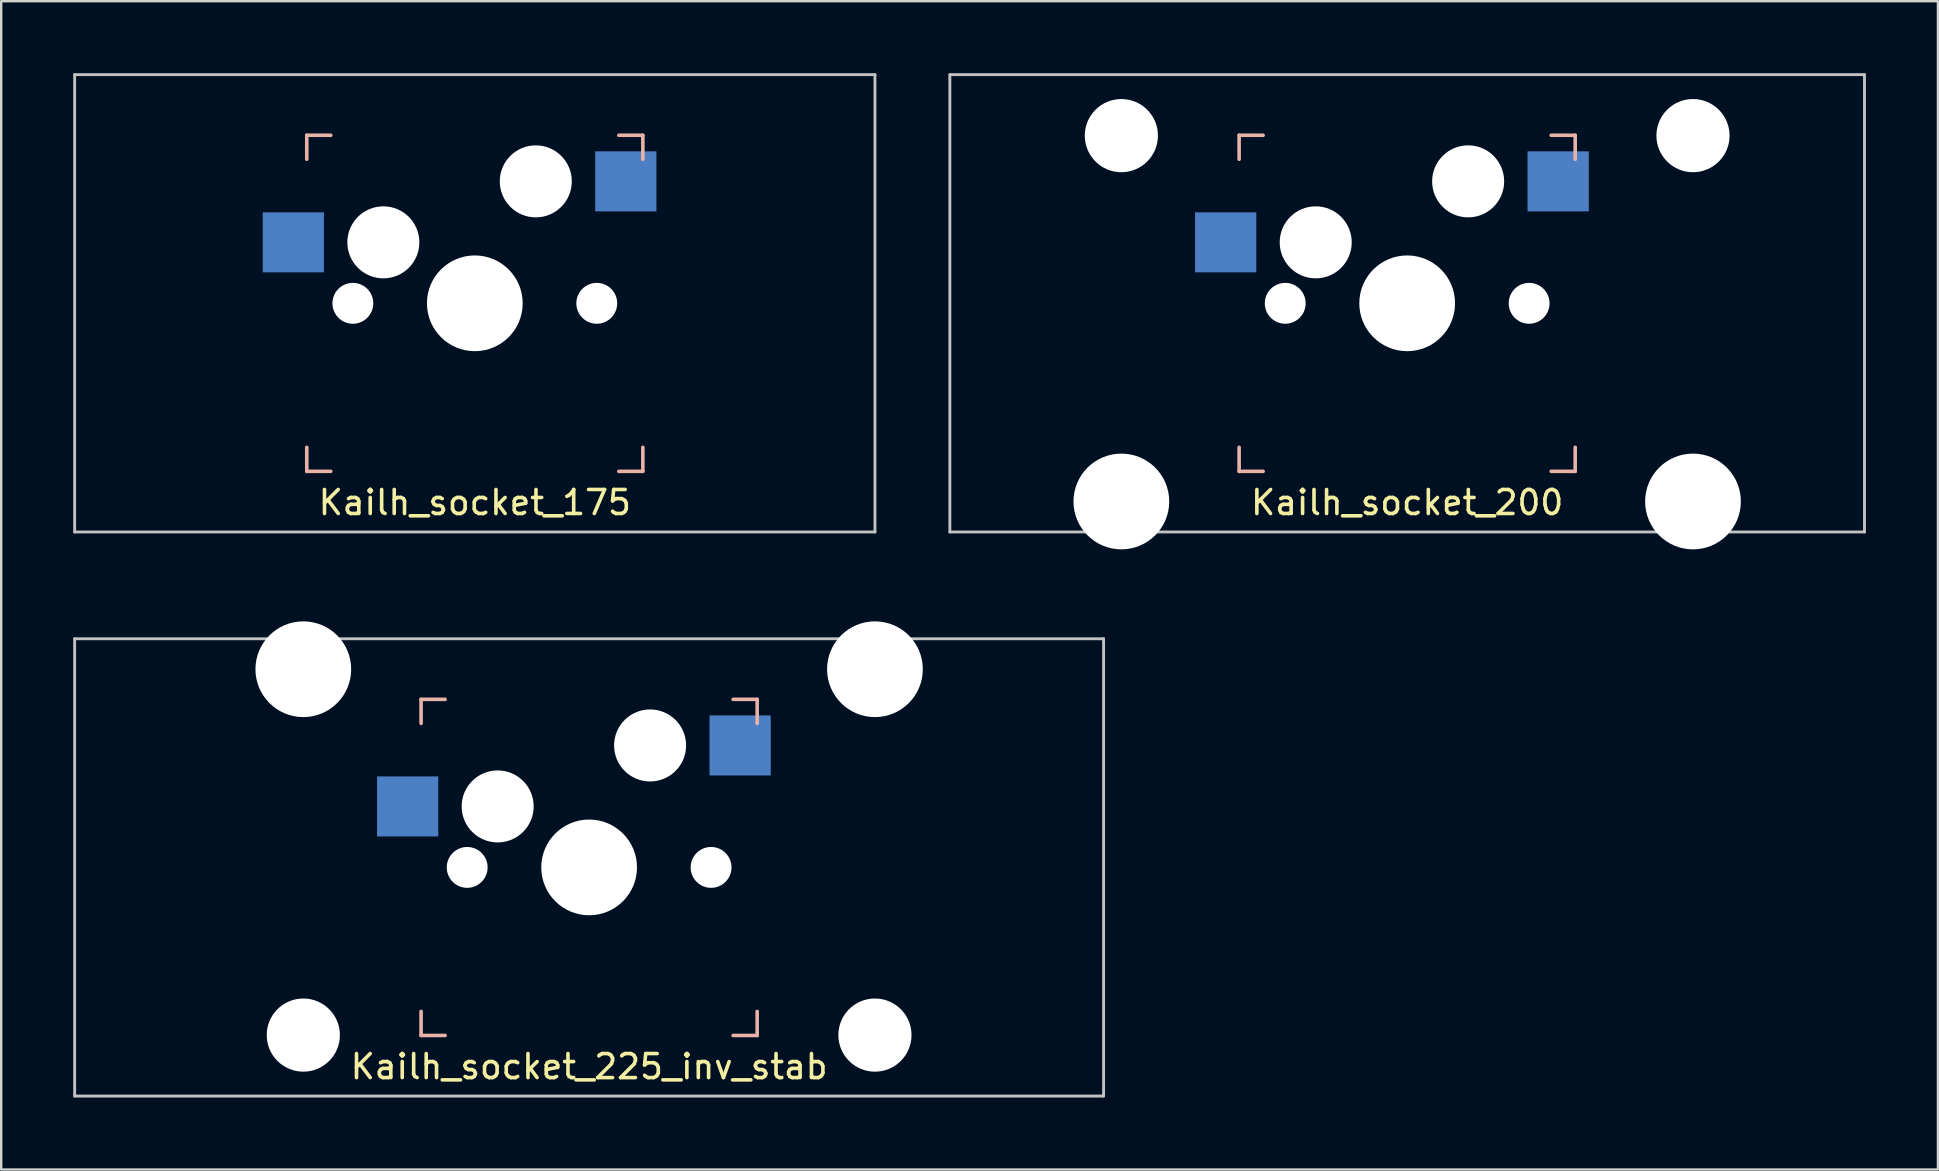
<source format=kicad_pcb>
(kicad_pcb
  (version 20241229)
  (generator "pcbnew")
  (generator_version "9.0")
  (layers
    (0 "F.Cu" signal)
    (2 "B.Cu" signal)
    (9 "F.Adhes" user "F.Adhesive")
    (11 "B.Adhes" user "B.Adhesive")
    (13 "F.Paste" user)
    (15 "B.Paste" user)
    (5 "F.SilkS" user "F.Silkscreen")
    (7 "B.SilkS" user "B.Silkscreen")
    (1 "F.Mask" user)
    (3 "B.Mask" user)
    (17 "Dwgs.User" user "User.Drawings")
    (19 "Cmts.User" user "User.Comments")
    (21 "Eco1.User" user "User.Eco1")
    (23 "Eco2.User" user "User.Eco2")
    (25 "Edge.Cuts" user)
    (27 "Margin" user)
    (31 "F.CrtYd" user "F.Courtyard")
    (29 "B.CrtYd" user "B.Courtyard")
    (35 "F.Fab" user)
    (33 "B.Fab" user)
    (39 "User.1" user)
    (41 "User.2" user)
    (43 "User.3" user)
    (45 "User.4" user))
  (footprint "Kailh_socket_200"
    (layer "F.Cu")
    (at 55.568 9.585)
    (property "Reference" "Kailh_socket_200" (at 0 8.3 0) (layer "F.SilkS") (effects (font (size 1 1) (thickness 0.15))))
    (attr through_hole)
    (fp_line (start -7 -7) (end -6 -7) (stroke (width 0.15) (type solid)) (layer "B.SilkS"))
    (fp_line (start -7 -6) (end -7 -7) (stroke (width 0.15) (type solid)) (layer "B.SilkS"))
    (fp_line (start -7 7) (end -7 6) (stroke (width 0.15) (type solid)) (layer "B.SilkS"))
    (fp_line (start -6 7) (end -7 7) (stroke (width 0.15) (type solid)) (layer "B.SilkS"))
    (fp_line (start 6 -7) (end 7 -7) (stroke (width 0.15) (type solid)) (layer "B.SilkS"))
    (fp_line (start 7 -7) (end 7 -6) (stroke (width 0.15) (type solid)) (layer "B.SilkS"))
    (fp_line (start 7 6) (end 7 7) (stroke (width 0.15) (type solid)) (layer "B.SilkS"))
    (fp_line (start 7 7) (end 6 7) (stroke (width 0.15) (type solid)) (layer "B.SilkS"))
    (fp_line (start -19.05 -9.525) (end -19.05 9.525) (stroke (width 0.12) (type solid)) (layer "Dwgs.User"))
    (fp_line (start -19.05 -9.525) (end 19.05 -9.525) (stroke (width 0.12) (type solid)) (layer "Dwgs.User"))
    (fp_line (start 19.05 -9.525) (end 19.05 9.525) (stroke (width 0.12) (type solid)) (layer "Dwgs.User"))
    (fp_line (start 19.05 9.525) (end -19.05 9.525) (stroke (width 0.12) (type solid)) (layer "Dwgs.User"))
    (fp_line (start -7.5 -7.5) (end 7.5 -7.5) (stroke (width 0.15) (type solid)) (layer "Eco2.User"))
    (fp_line (start -7.5 7.5) (end -7.5 -7.5) (stroke (width 0.15) (type solid)) (layer "Eco2.User"))
    (fp_line (start -6.9 6.9) (end -6.9 -6.9) (stroke (width 0.15) (type solid)) (layer "Eco2.User"))
    (fp_line (start -6.9 6.9) (end 6.9 6.9) (stroke (width 0.15) (type solid)) (layer "Eco2.User"))
    (fp_line (start 6.9 -6.9) (end -6.9 -6.9) (stroke (width 0.15) (type solid)) (layer "Eco2.User"))
    (fp_line (start 6.9 -6.9) (end 6.9 6.9) (stroke (width 0.15) (type solid)) (layer "Eco2.User"))
    (fp_line (start 7.5 -7.5) (end 7.5 7.5) (stroke (width 0.15) (type solid)) (layer "Eco2.User"))
    (fp_line (start 7.5 7.5) (end -7.5 7.5) (stroke (width 0.15) (type solid)) (layer "Eco2.User"))
    (pad "" np_thru_hole circle (at -11.906 -6.985) (size 3.048 3.048) (drill 3.048) (layers "*.Cu" "*.Mask"))
    (pad "" np_thru_hole circle (at -11.906 8.255) (size 3.988 3.988) (drill 3.988) (layers "*.Cu" "*.Mask"))
    (pad "" np_thru_hole circle (at -5.08 0) (size 1.702 1.702) (drill 1.702) (layers "*.Cu" "*.Mask"))
    (pad "" np_thru_hole circle (at -3.81 -2.54) (size 3 3) (drill 3) (layers "*.Cu" "*.Mask"))
    (pad "" np_thru_hole circle (at 0 0) (size 3.988 3.988) (drill 3.988) (layers "*.Cu" "*.Mask"))
    (pad "" np_thru_hole circle (at 2.54 -5.08) (size 3 3) (drill 3) (layers "*.Cu" "*.Mask"))
    (pad "" np_thru_hole circle (at 5.08 0) (size 1.702 1.702) (drill 1.702) (layers "*.Cu" "*.Mask"))
    (pad "" np_thru_hole circle (at 11.906 -6.985) (size 3.048 3.048) (drill 3.048) (layers "*.Cu" "*.Mask"))
    (pad "" np_thru_hole circle (at 11.906 8.255) (size 3.988 3.988) (drill 3.988) (layers "*.Cu" "*.Mask"))
    (pad "1" smd rect (at 6.29 -5.08) (size 2.55 2.5) (layers "B.Cu" "B.Mask" "B.Paste"))
    (pad "2" smd rect (at -7.56 -2.54) (size 2.55 2.5) (layers "B.Cu" "B.Mask" "B.Paste")))
  (footprint "Kailh_socket_225_inv_stab"
    (layer "F.Cu")
    (at 21.491 33.083)
    (property "Reference" "Kailh_socket_225_inv_stab" (at 0 8.3 0) (layer "F.SilkS") (effects (font (size 1 1) (thickness 0.15))))
    (attr through_hole)
    (fp_line (start -7 -7) (end -6 -7) (stroke (width 0.15) (type solid)) (layer "B.SilkS"))
    (fp_line (start -7 -6) (end -7 -7) (stroke (width 0.15) (type solid)) (layer "B.SilkS"))
    (fp_line (start -7 7) (end -7 6) (stroke (width 0.15) (type solid)) (layer "B.SilkS"))
    (fp_line (start -6 7) (end -7 7) (stroke (width 0.15) (type solid)) (layer "B.SilkS"))
    (fp_line (start 6 -7) (end 7 -7) (stroke (width 0.15) (type solid)) (layer "B.SilkS"))
    (fp_line (start 7 -7) (end 7 -6) (stroke (width 0.15) (type solid)) (layer "B.SilkS"))
    (fp_line (start 7 6) (end 7 7) (stroke (width 0.15) (type solid)) (layer "B.SilkS"))
    (fp_line (start 7 7) (end 6 7) (stroke (width 0.15) (type solid)) (layer "B.SilkS"))
    (fp_line (start -21.431 -9.525) (end -21.431 9.525) (stroke (width 0.12) (type solid)) (layer "Dwgs.User"))
    (fp_line (start -21.431 -9.525) (end 21.431 -9.525) (stroke (width 0.12) (type solid)) (layer "Dwgs.User"))
    (fp_line (start 21.431 -9.525) (end 21.431 9.525) (stroke (width 0.12) (type solid)) (layer "Dwgs.User"))
    (fp_line (start 21.431 9.525) (end -21.431 9.525) (stroke (width 0.12) (type solid)) (layer "Dwgs.User"))
    (fp_line (start -7.5 -7.5) (end 7.5 -7.5) (stroke (width 0.15) (type solid)) (layer "Eco2.User"))
    (fp_line (start -7.5 7.5) (end -7.5 -7.5) (stroke (width 0.15) (type solid)) (layer "Eco2.User"))
    (fp_line (start -6.9 6.9) (end -6.9 -6.9) (stroke (width 0.15) (type solid)) (layer "Eco2.User"))
    (fp_line (start -6.9 6.9) (end 6.9 6.9) (stroke (width 0.15) (type solid)) (layer "Eco2.User"))
    (fp_line (start 6.9 -6.9) (end -6.9 -6.9) (stroke (width 0.15) (type solid)) (layer "Eco2.User"))
    (fp_line (start 6.9 -6.9) (end 6.9 6.9) (stroke (width 0.15) (type solid)) (layer "Eco2.User"))
    (fp_line (start 7.5 -7.5) (end 7.5 7.5) (stroke (width 0.15) (type solid)) (layer "Eco2.User"))
    (fp_line (start 7.5 7.5) (end -7.5 7.5) (stroke (width 0.15) (type solid)) (layer "Eco2.User"))
    (pad "" np_thru_hole circle (at -11.906 -8.255) (size 3.988 3.988) (drill 3.988) (layers "*.Cu" "*.Mask"))
    (pad "" np_thru_hole circle (at -11.906 6.985) (size 3.048 3.048) (drill 3.048) (layers "*.Cu" "*.Mask"))
    (pad "" np_thru_hole circle (at -5.08 0) (size 1.702 1.702) (drill 1.702) (layers "*.Cu" "*.Mask"))
    (pad "" np_thru_hole circle (at -3.81 -2.54) (size 3 3) (drill 3) (layers "*.Cu" "*.Mask"))
    (pad "" np_thru_hole circle (at 0 0) (size 3.988 3.988) (drill 3.988) (layers "*.Cu" "*.Mask"))
    (pad "" np_thru_hole circle (at 2.54 -5.08) (size 3 3) (drill 3) (layers "*.Cu" "*.Mask"))
    (pad "" np_thru_hole circle (at 5.08 0) (size 1.702 1.702) (drill 1.702) (layers "*.Cu" "*.Mask"))
    (pad "" np_thru_hole circle (at 11.906 -8.255) (size 3.988 3.988) (drill 3.988) (layers "*.Cu" "*.Mask"))
    (pad "" np_thru_hole circle (at 11.906 6.985) (size 3.048 3.048) (drill 3.048) (layers "*.Cu" "*.Mask"))
    (pad "1" smd rect (at 6.29 -5.08) (size 2.55 2.5) (layers "B.Cu" "B.Mask" "B.Paste"))
    (pad "2" smd rect (at -7.56 -2.54) (size 2.55 2.5) (layers "B.Cu" "B.Mask" "B.Paste")))
  (footprint "Kailh_socket_175"
    (layer "F.Cu")
    (at 16.729 9.585)
    (property "Reference" "Kailh_socket_175" (at 0 8.3 0) (layer "F.SilkS") (effects (font (size 1 1) (thickness 0.15))))
    (attr through_hole)
    (fp_line (start -7 -7) (end -6 -7) (stroke (width 0.15) (type solid)) (layer "B.SilkS"))
    (fp_line (start -7 -6) (end -7 -7) (stroke (width 0.15) (type solid)) (layer "B.SilkS"))
    (fp_line (start -7 7) (end -7 6) (stroke (width 0.15) (type solid)) (layer "B.SilkS"))
    (fp_line (start -6 7) (end -7 7) (stroke (width 0.15) (type solid)) (layer "B.SilkS"))
    (fp_line (start 6 -7) (end 7 -7) (stroke (width 0.15) (type solid)) (layer "B.SilkS"))
    (fp_line (start 7 -7) (end 7 -6) (stroke (width 0.15) (type solid)) (layer "B.SilkS"))
    (fp_line (start 7 6) (end 7 7) (stroke (width 0.15) (type solid)) (layer "B.SilkS"))
    (fp_line (start 7 7) (end 6 7) (stroke (width 0.15) (type solid)) (layer "B.SilkS"))
    (fp_line (start -16.669 -9.525) (end -16.669 9.525) (stroke (width 0.12) (type solid)) (layer "Dwgs.User"))
    (fp_line (start -16.669 -9.525) (end 16.669 -9.525) (stroke (width 0.12) (type solid)) (layer "Dwgs.User"))
    (fp_line (start 16.669 -9.525) (end 16.669 9.525) (stroke (width 0.12) (type solid)) (layer "Dwgs.User"))
    (fp_line (start 16.669 9.525) (end -16.669 9.525) (stroke (width 0.12) (type solid)) (layer "Dwgs.User"))
    (fp_line (start -7.5 -7.5) (end 7.5 -7.5) (stroke (width 0.15) (type solid)) (layer "Eco2.User"))
    (fp_line (start -7.5 7.5) (end -7.5 -7.5) (stroke (width 0.15) (type solid)) (layer "Eco2.User"))
    (fp_line (start -6.9 6.9) (end -6.9 -6.9) (stroke (width 0.15) (type solid)) (layer "Eco2.User"))
    (fp_line (start -6.9 6.9) (end 6.9 6.9) (stroke (width 0.15) (type solid)) (layer "Eco2.User"))
    (fp_line (start 6.9 -6.9) (end -6.9 -6.9) (stroke (width 0.15) (type solid)) (layer "Eco2.User"))
    (fp_line (start 6.9 -6.9) (end 6.9 6.9) (stroke (width 0.15) (type solid)) (layer "Eco2.User"))
    (fp_line (start 7.5 -7.5) (end 7.5 7.5) (stroke (width 0.15) (type solid)) (layer "Eco2.User"))
    (fp_line (start 7.5 7.5) (end -7.5 7.5) (stroke (width 0.15) (type solid)) (layer "Eco2.User"))
    (pad "" np_thru_hole circle (at -5.08 0) (size 1.702 1.702) (drill 1.702) (layers "*.Cu" "*.Mask"))
    (pad "" np_thru_hole circle (at -3.81 -2.54) (size 3 3) (drill 3) (layers "*.Cu" "*.Mask"))
    (pad "" np_thru_hole circle (at 0 0) (size 3.988 3.988) (drill 3.988) (layers "*.Cu" "*.Mask"))
    (pad "" np_thru_hole circle (at 2.54 -5.08) (size 3 3) (drill 3) (layers "*.Cu" "*.Mask"))
    (pad "" np_thru_hole circle (at 5.08 0) (size 1.702 1.702) (drill 1.702) (layers "*.Cu" "*.Mask"))
    (pad "1" smd rect (at 6.29 -5.08) (size 2.55 2.5) (layers "B.Cu" "B.Mask" "B.Paste"))
    (pad "2" smd rect (at -7.56 -2.54) (size 2.55 2.5) (layers "B.Cu" "B.Mask" "B.Paste")))
  (gr_rect
    (start -3 -3)
    (end 77.677 45.668)
    (stroke (width 0.1) (type default))
    (fill no)
    (layer "Edge.Cuts")))
</source>
